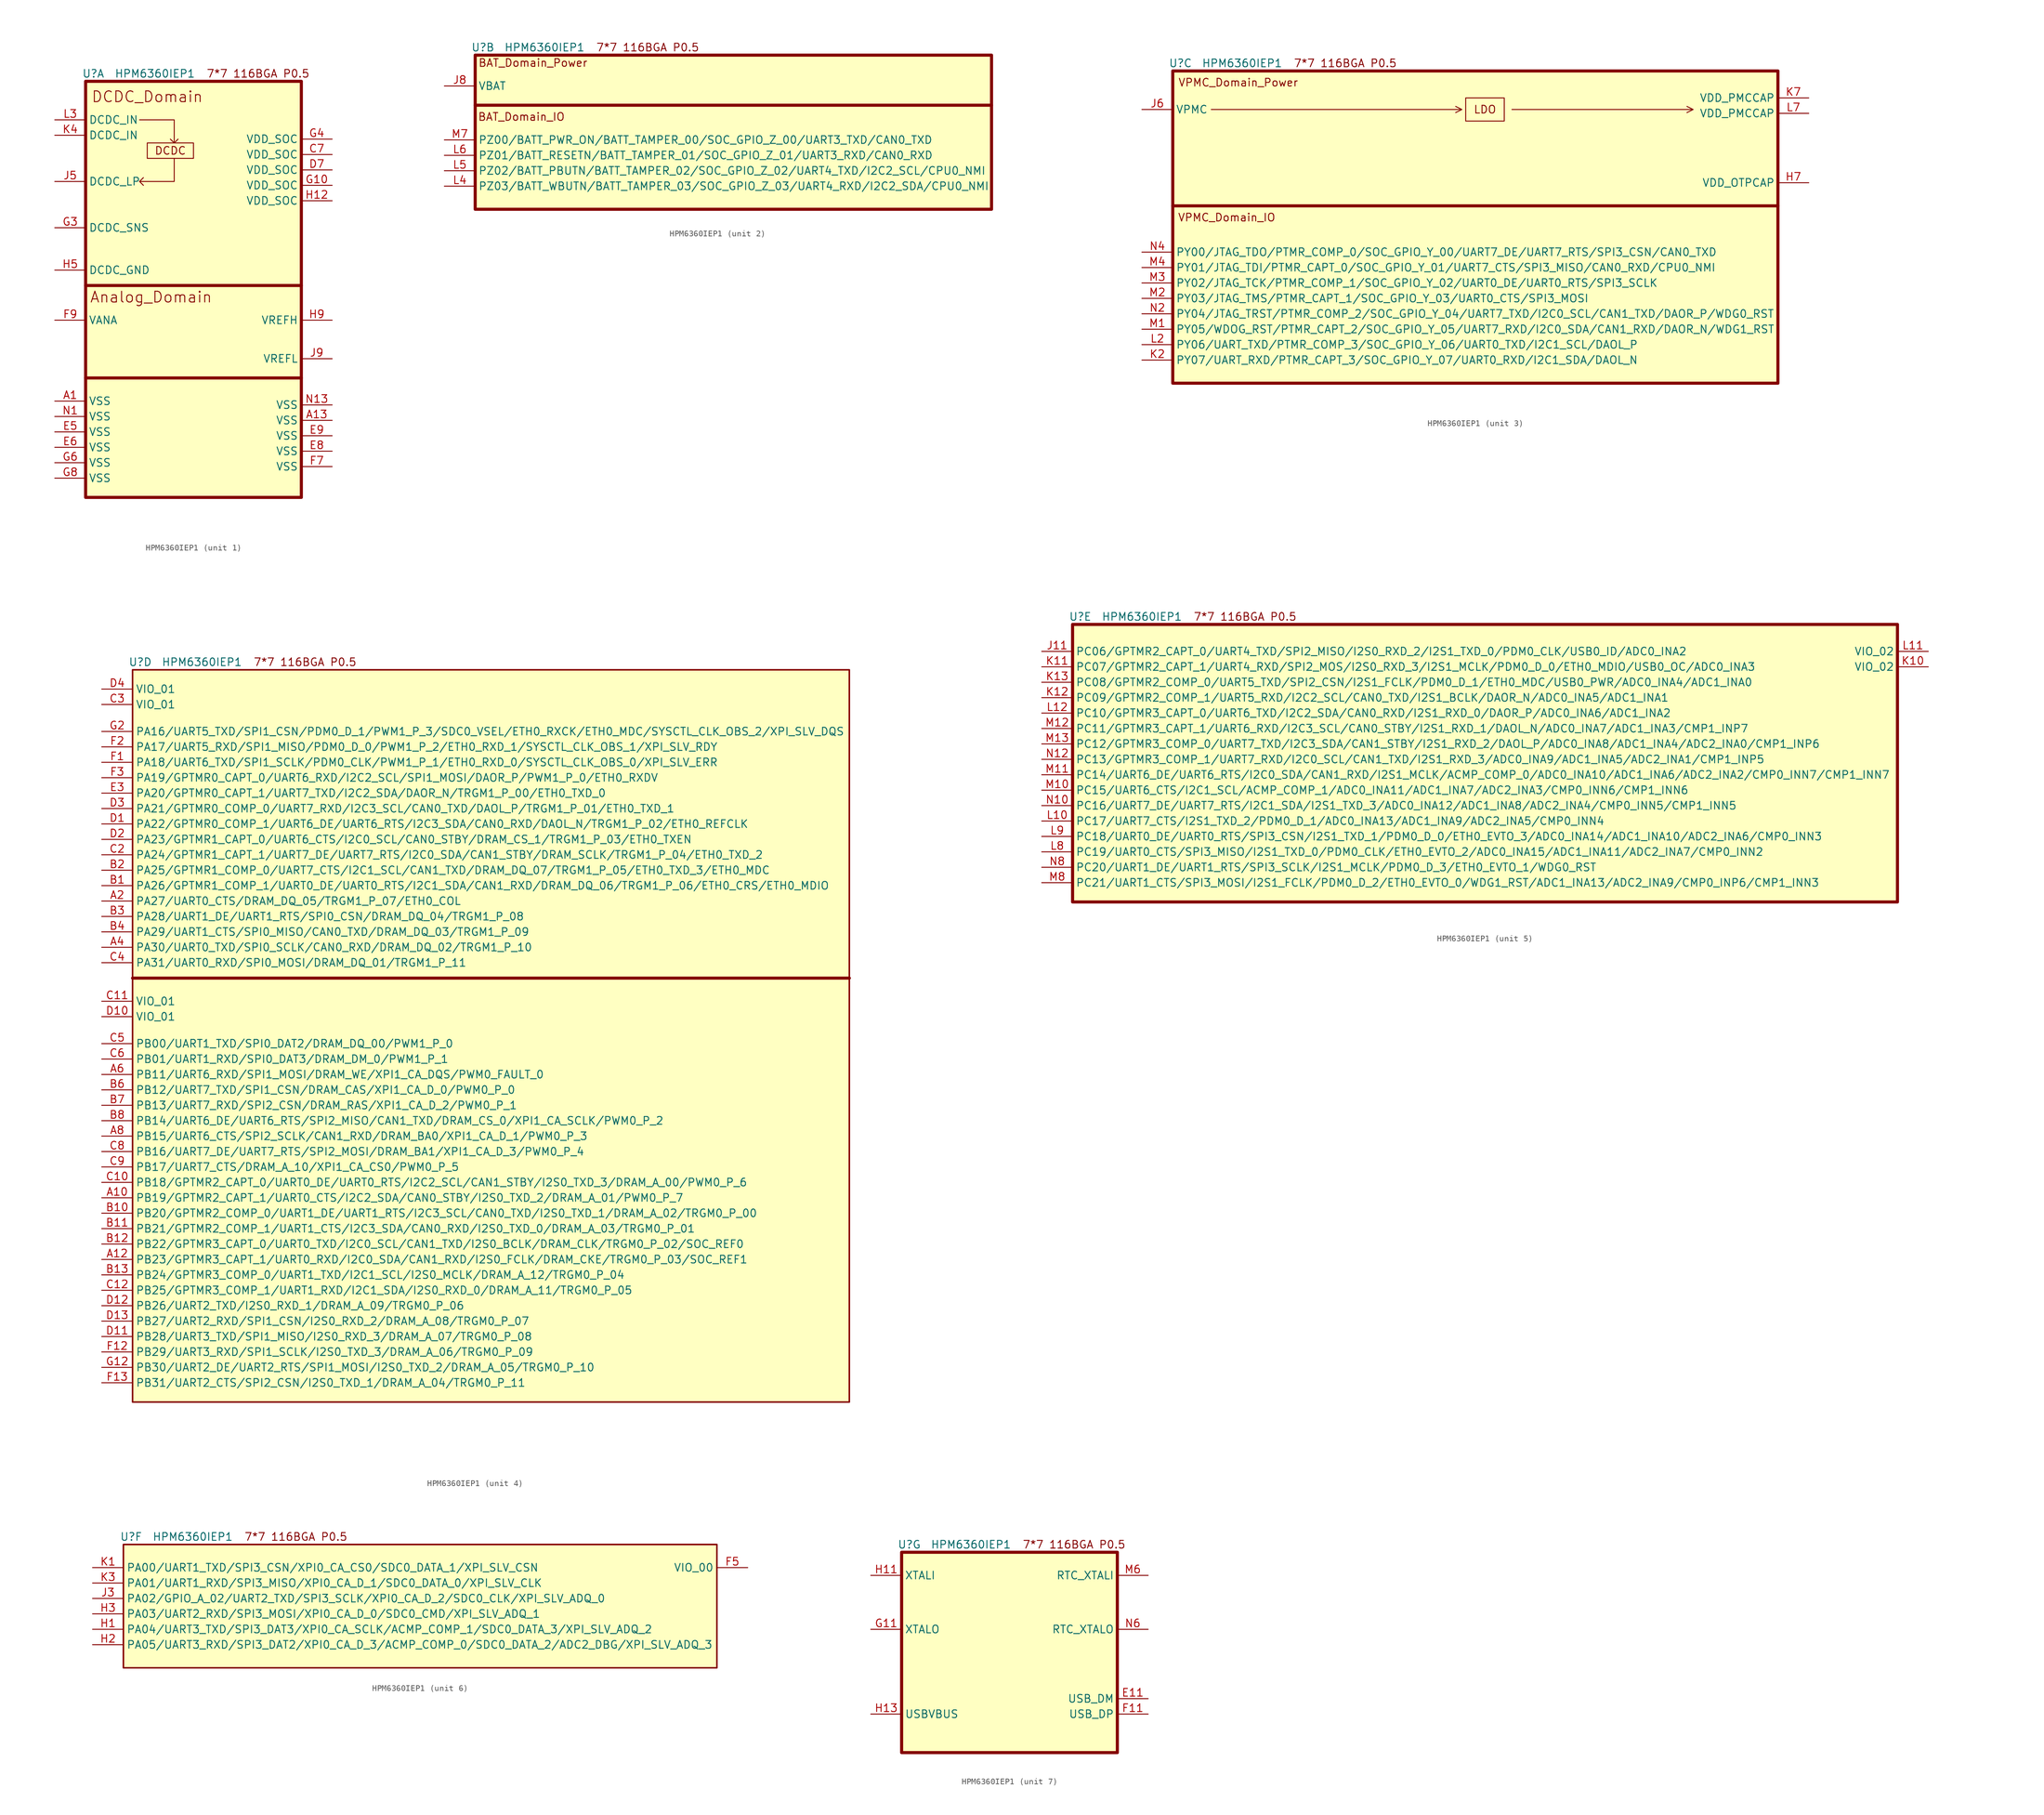
<source format=kicad_sym>
(kicad_symbol_lib
  (version 20220914)
  (generator kicad_symbol_editor)
  (symbol "HPM6360IEP1"
    (property "Reference" "U"
      (at 1.27 1.27 0)
      (effects (font (size 1.27 1.27))))
    (property "Value" "HPM6360IEP1"
      (at 11.43 1.27 0)
      (effects (font (size 1.27 1.27))))
    (property "ki_locked" ""
      (at 0 0 0)
      (effects (font (size 1.27 1.27))))
    (symbol "HPM6360IEP1_0_0"
      (text " 7*7 116BGA P0.5" (at 27.94 1.27 0) (effects (font (size 1.27 1.27)))))
    (symbol "HPM6360IEP1_1_1"
      (polyline (pts (xy 0 -48.895) (xy 35.56 -48.895)) (stroke (width 0.508) (type default)) (fill (type none)))
      (polyline (pts (xy 0 -33.655) (xy 35.56 -33.655) (xy 35.56 -33.655)) (stroke (width 0.508) (type default)) (fill (type none)))
      (polyline (pts (xy 8.89 -6.35) (xy 14.605 -6.35) (xy 14.605 -10.16) (xy 13.97 -9.525) (xy 14.605 -10.16) (xy 15.24 -9.525)) (stroke (width 0) (type default)) (fill (type none)))
      (polyline (pts (xy 14.605 -12.7) (xy 14.605 -16.51) (xy 8.89 -16.51) (xy 9.525 -15.875) (xy 8.89 -16.51) (xy 9.525 -17.145)) (stroke (width 0) (type default)) (fill (type none)))
      (rectangle (start 0 0) (end 35.56 -68.58) (stroke (width 0.508) (type default)) (fill (type background)))
      (rectangle (start 10.16 -10.16) (end 17.78 -12.7) (stroke (width 0) (type default)) (fill (type none)))
      (text "Analog_Domain" (at 10.795 -35.56 0) (effects (font (size 1.778 1.778))))
      (text "DCDC" (at 13.97 -11.43 0) (effects (font (size 1.27 1.27))))
      (text "DCDC_Domain" (at 10.16 -2.54 0) (effects (font (size 1.778 1.778))))
      (pin power_out line (at -5.08 -52.705 0) (length 5.08) (name "VSS" (effects (font (size 1.27 1.27)))) (number "A1" (effects (font (size 1.27 1.27)))))
      (pin power_out line (at 40.64 -55.88 180) (length 5.08) (name "VSS" (effects (font (size 1.27 1.27)))) (number "A13" (effects (font (size 1.27 1.27)))))
      (pin power_in line (at 40.64 -12.065 180) (length 5.08) (name "VDD_SOC" (effects (font (size 1.27 1.27)))) (number "C7" (effects (font (size 1.27 1.27)))))
      (pin power_in line (at 40.64 -14.605 180) (length 5.08) (name "VDD_SOC" (effects (font (size 1.27 1.27)))) (number "D7" (effects (font (size 1.27 1.27)))))
      (pin power_out line (at -5.08 -57.785 0) (length 5.08) (name "VSS" (effects (font (size 1.27 1.27)))) (number "E5" (effects (font (size 1.27 1.27)))))
      (pin power_out line (at -5.08 -60.325 0) (length 5.08) (name "VSS" (effects (font (size 1.27 1.27)))) (number "E6" (effects (font (size 1.27 1.27)))))
      (pin power_out line (at 40.64 -60.96 180) (length 5.08) (name "VSS" (effects (font (size 1.27 1.27)))) (number "E8" (effects (font (size 1.27 1.27)))))
      (pin power_out line (at 40.64 -58.42 180) (length 5.08) (name "VSS" (effects (font (size 1.27 1.27)))) (number "E9" (effects (font (size 1.27 1.27)))))
      (pin power_out line (at 40.64 -63.5 180) (length 5.08) (name "VSS" (effects (font (size 1.27 1.27)))) (number "F7" (effects (font (size 1.27 1.27)))))
      (pin power_in line (at -5.08 -39.37 0) (length 5.08) (name "VANA" (effects (font (size 1.27 1.27)))) (number "F9" (effects (font (size 1.27 1.27)))))
      (pin power_in line (at 40.64 -17.145 180) (length 5.08) (name "VDD_SOC" (effects (font (size 1.27 1.27)))) (number "G10" (effects (font (size 1.27 1.27)))))
      (pin input line (at -5.08 -24.13 0) (length 5.08) (name "DCDC_SNS" (effects (font (size 1.27 1.27)))) (number "G3" (effects (font (size 1.27 1.27)))))
      (pin power_in line (at 40.64 -9.525 180) (length 5.08) (name "VDD_SOC" (effects (font (size 1.27 1.27)))) (number "G4" (effects (font (size 1.27 1.27)))))
      (pin power_out line (at -5.08 -62.865 0) (length 5.08) (name "VSS" (effects (font (size 1.27 1.27)))) (number "G6" (effects (font (size 1.27 1.27)))))
      (pin power_out line (at -5.08 -65.405 0) (length 5.08) (name "VSS" (effects (font (size 1.27 1.27)))) (number "G8" (effects (font (size 1.27 1.27)))))
      (pin power_in line (at 40.64 -19.685 180) (length 5.08) (name "VDD_SOC" (effects (font (size 1.27 1.27)))) (number "H12" (effects (font (size 1.27 1.27)))))
      (pin power_out line (at -5.08 -31.115 0) (length 5.08) (name "DCDC_GND" (effects (font (size 1.27 1.27)))) (number "H5" (effects (font (size 1.27 1.27)))))
      (pin power_in line (at 40.64 -39.37 180) (length 5.08) (name "VREFH" (effects (font (size 1.27 1.27)))) (number "H9" (effects (font (size 1.27 1.27)))))
      (pin power_out line (at -5.08 -16.51 0) (length 5.08) (name "DCDC_LP" (effects (font (size 1.27 1.27)))) (number "J5" (effects (font (size 1.27 1.27)))))
      (pin power_out line (at 40.64 -45.72 180) (length 5.08) (name "VREFL" (effects (font (size 1.27 1.27)))) (number "J9" (effects (font (size 1.27 1.27)))))
      (pin power_in line (at -5.08 -8.89 0) (length 5.08) (name "DCDC_IN" (effects (font (size 1.27 1.27)))) (number "K4" (effects (font (size 1.27 1.27)))))
      (pin power_in line (at -5.08 -6.35 0) (length 5.08) (name "DCDC_IN" (effects (font (size 1.27 1.27)))) (number "L3" (effects (font (size 1.27 1.27)))))
      (pin power_out line (at -5.08 -55.245 0) (length 5.08) (name "VSS" (effects (font (size 1.27 1.27)))) (number "N1" (effects (font (size 1.27 1.27)))))
      (pin power_out line (at 40.64 -53.34 180) (length 5.08) (name "VSS" (effects (font (size 1.27 1.27)))) (number "N13" (effects (font (size 1.27 1.27))))))
    (symbol "HPM6360IEP1_2_0"
      (polyline (pts (xy 0 -8.255) (xy 85.09 -8.255) (xy 74.295 -8.255)) (stroke (width 0.508) (type default)) (fill (type none))))
    (symbol "HPM6360IEP1_2_1"
      (rectangle (start 0 0) (end 85.09 -25.4) (stroke (width 0.508) (type default)) (fill (type background)))
      (text "BAT_Domain_IO" (at 7.62 -10.16 0) (effects (font (size 1.27 1.27))))
      (text "BAT_Domain_Power" (at 9.525 -1.27 0) (effects (font (size 1.27 1.27))))
      (pin power_in line (at -5.08 -5.08 0) (length 5.08) (name "VBAT" (effects (font (size 1.27 1.27)))) (number "J8" (effects (font (size 1.27 1.27)))))
      (pin bidirectional line (at -5.08 -21.59 0) (length 5.08) (name "PZ03/BATT_WBUTN/BATT_TAMPER_03/SOC_GPIO_Z_03/UART4_RXD/I2C2_SDA/CPU0_NMI" (effects (font (size 1.27 1.27)))) (number "L4" (effects (font (size 1.27 1.27)))))
      (pin bidirectional line (at -5.08 -19.05 0) (length 5.08) (name "PZ02/BATT_PBUTN/BATT_TAMPER_02/SOC_GPIO_Z_02/UART4_TXD/I2C2_SCL/CPU0_NMI" (effects (font (size 1.27 1.27)))) (number "L5" (effects (font (size 1.27 1.27)))))
      (pin bidirectional line (at -5.08 -16.51 0) (length 5.08) (name "PZ01/BATT_RESETN/BATT_TAMPER_01/SOC_GPIO_Z_01/UART3_RXD/CAN0_RXD" (effects (font (size 1.27 1.27)))) (number "L6" (effects (font (size 1.27 1.27)))))
      (pin bidirectional line (at -5.08 -13.97 0) (length 5.08) (name "PZ00/BATT_PWR_ON/BATT_TAMPER_00/SOC_GPIO_Z_00/UART3_TXD/CAN0_TXD" (effects (font (size 1.27 1.27)))) (number "M7" (effects (font (size 1.27 1.27))))))
    (symbol "HPM6360IEP1_3_0"
      (polyline (pts (xy 0 -22.225) (xy 99.695 -22.225) (xy 57.785 -22.225)) (stroke (width 0.508) (type default)) (fill (type none)))
      (polyline (pts (xy 6.35 -6.35) (xy 47.625 -6.35) (xy 46.609 -5.842) (xy 47.625 -6.35) (xy 46.609 -6.858)) (stroke (width 0) (type default)) (fill (type none)))
      (polyline (pts (xy 55.88 -6.35) (xy 85.725 -6.35) (xy 84.709 -5.842) (xy 85.725 -6.35) (xy 84.709 -6.858)) (stroke (width 0) (type default)) (fill (type none))))
    (symbol "HPM6360IEP1_3_1"
      (rectangle (start 0 0) (end 99.695 -51.435) (stroke (width 0.508) (type default)) (fill (type background)))
      (rectangle (start 48.26 -4.445) (end 54.61 -8.255) (stroke (width 0) (type default)) (fill (type none)))
      (text "LDO" (at 51.435 -6.35 0) (effects (font (size 1.27 1.27))))
      (text "VPMC_Domain_IO" (at 8.89 -24.13 0) (effects (font (size 1.27 1.27))))
      (text "VPMC_Domain_Power" (at 10.795 -1.905 0) (effects (font (size 1.27 1.27))))
      (pin power_out line (at 104.775 -18.415 180) (length 5.08) (name "VDD_OTPCAP" (effects (font (size 1.27 1.27)))) (number "H7" (effects (font (size 1.27 1.27)))))
      (pin power_in line (at -5.08 -6.35 0) (length 5.08) (name "VPMC" (effects (font (size 1.27 1.27)))) (number "J6" (effects (font (size 1.27 1.27)))))
      (pin bidirectional line (at -5.08 -47.625 0) (length 5.08) (name "PY07/UART_RXD/PTMR_CAPT_3/SOC_GPIO_Y_07/UART0_RXD/I2C1_SDA/DAOL_N" (effects (font (size 1.27 1.27)))) (number "K2" (effects (font (size 1.27 1.27)))))
      (pin power_out line (at 104.775 -4.445 180) (length 5.08) (name "VDD_PMCCAP" (effects (font (size 1.27 1.27)))) (number "K7" (effects (font (size 1.27 1.27)))))
      (pin bidirectional line (at -5.08 -45.085 0) (length 5.08) (name "PY06/UART_TXD/PTMR_COMP_3/SOC_GPIO_Y_06/UART0_TXD/I2C1_SCL/DAOL_P" (effects (font (size 1.27 1.27)))) (number "L2" (effects (font (size 1.27 1.27)))))
      (pin power_out line (at 104.775 -6.985 180) (length 5.08) (name "VDD_PMCCAP" (effects (font (size 1.27 1.27)))) (number "L7" (effects (font (size 1.27 1.27)))))
      (pin bidirectional line (at -5.08 -42.545 0) (length 5.08) (name "PY05/WDOG_RST/PTMR_CAPT_2/SOC_GPIO_Y_05/UART7_RXD/I2C0_SDA/CAN1_RXD/DAOR_N/WDG1_RST" (effects (font (size 1.27 1.27)))) (number "M1" (effects (font (size 1.27 1.27)))))
      (pin bidirectional line (at -5.08 -37.465 0) (length 5.08) (name "PY03/JTAG_TMS/PTMR_CAPT_1/SOC_GPIO_Y_03/UART0_CTS/SPI3_MOSI" (effects (font (size 1.27 1.27)))) (number "M2" (effects (font (size 1.27 1.27)))))
      (pin bidirectional line (at -5.08 -34.925 0) (length 5.08) (name "PY02/JTAG_TCK/PTMR_COMP_1/SOC_GPIO_Y_02/UART0_DE/UART0_RTS/SPI3_SCLK" (effects (font (size 1.27 1.27)))) (number "M3" (effects (font (size 1.27 1.27)))))
      (pin bidirectional line (at -5.08 -32.385 0) (length 5.08) (name "PY01/JTAG_TDI/PTMR_CAPT_0/SOC_GPIO_Y_01/UART7_CTS/SPI3_MISO/CAN0_RXD/CPU0_NMI" (effects (font (size 1.27 1.27)))) (number "M4" (effects (font (size 1.27 1.27)))))
      (pin bidirectional line (at -5.08 -40.005 0) (length 5.08) (name "PY04/JTAG_TRST/PTMR_COMP_2/SOC_GPIO_Y_04/UART7_TXD/I2C0_SCL/CAN1_TXD/DAOR_P/WDG0_RST" (effects (font (size 1.27 1.27)))) (number "N2" (effects (font (size 1.27 1.27)))))
      (pin bidirectional line (at -5.08 -29.845 0) (length 5.08) (name "PY00/JTAG_TDO/PTMR_COMP_0/SOC_GPIO_Y_00/UART7_DE/UART7_RTS/SPI3_CSN/CAN0_TXD" (effects (font (size 1.27 1.27)))) (number "N4" (effects (font (size 1.27 1.27))))))
    (symbol "HPM6360IEP1_4_1"
      (polyline (pts (xy 0 -50.8) (xy 118.11 -50.8) (xy 118.11 -50.8)) (stroke (width 0.508) (type default)) (fill (type none)))
      (rectangle (start 0 0) (end 118.11 -120.65) (stroke (width 0.254) (type default)) (fill (type background)))
      (pin bidirectional line (at -5.08 -86.995 0) (length 5.08) (name "PB19/GPTMR2_CAPT_1/UART0_CTS/I2C2_SDA/CAN0_STBY/I2S0_TXD_2/DRAM_A_01/PWM0_P_7" (effects (font (size 1.27 1.27)))) (number "A10" (effects (font (size 1.27 1.27)))))
      (pin bidirectional line (at -5.08 -97.155 0) (length 5.08) (name "PB23/GPTMR3_CAPT_1/UART0_RXD/I2C0_SDA/CAN1_RXD/I2S0_FCLK/DRAM_CKE/TRGM0_P_03/SOC_REF1" (effects (font (size 1.27 1.27)))) (number "A12" (effects (font (size 1.27 1.27)))))
      (pin bidirectional line (at -5.08 -38.1 0) (length 5.08) (name "PA27/UART0_CTS/DRAM_DQ_05/TRGM1_P_07/ETH0_COL" (effects (font (size 1.27 1.27)))) (number "A2" (effects (font (size 1.27 1.27)))))
      (pin bidirectional line (at -5.08 -45.72 0) (length 5.08) (name "PA30/UART0_TXD/SPI0_SCLK/CAN0_RXD/DRAM_DQ_02/TRGM1_P_10" (effects (font (size 1.27 1.27)))) (number "A4" (effects (font (size 1.27 1.27)))))
      (pin bidirectional line (at -5.08 -66.675 0) (length 5.08) (name "PB11/UART6_RXD/SPI1_MOSI/DRAM_WE/XPI1_CA_DQS/PWM0_FAULT_0" (effects (font (size 1.27 1.27)))) (number "A6" (effects (font (size 1.27 1.27)))))
      (pin bidirectional line (at -5.08 -76.835 0) (length 5.08) (name "PB15/UART6_CTS/SPI2_SCLK/CAN1_RXD/DRAM_BA0/XPI1_CA_D_1/PWM0_P_3" (effects (font (size 1.27 1.27)))) (number "A8" (effects (font (size 1.27 1.27)))))
      (pin bidirectional line (at -5.08 -35.56 0) (length 5.08) (name "PA26/GPTMR1_COMP_1/UART0_DE/UART0_RTS/I2C1_SDA/CAN1_RXD/DRAM_DQ_06/TRGM1_P_06/ETH0_CRS/ETH0_MDIO" (effects (font (size 1.27 1.27)))) (number "B1" (effects (font (size 1.27 1.27)))))
      (pin bidirectional line (at -5.08 -89.535 0) (length 5.08) (name "PB20/GPTMR2_COMP_0/UART1_DE/UART1_RTS/I2C3_SCL/CAN0_TXD/I2S0_TXD_1/DRAM_A_02/TRGM0_P_00" (effects (font (size 1.27 1.27)))) (number "B10" (effects (font (size 1.27 1.27)))))
      (pin bidirectional line (at -5.08 -92.075 0) (length 5.08) (name "PB21/GPTMR2_COMP_1/UART1_CTS/I2C3_SDA/CAN0_RXD/I2S0_TXD_0/DRAM_A_03/TRGM0_P_01" (effects (font (size 1.27 1.27)))) (number "B11" (effects (font (size 1.27 1.27)))))
      (pin bidirectional line (at -5.08 -94.615 0) (length 5.08) (name "PB22/GPTMR3_CAPT_0/UART0_TXD/I2C0_SCL/CAN1_TXD/I2S0_BCLK/DRAM_CLK/TRGM0_P_02/SOC_REF0" (effects (font (size 1.27 1.27)))) (number "B12" (effects (font (size 1.27 1.27)))))
      (pin bidirectional line (at -5.08 -99.695 0) (length 5.08) (name "PB24/GPTMR3_COMP_0/UART1_TXD/I2C1_SCL/I2S0_MCLK/DRAM_A_12/TRGM0_P_04" (effects (font (size 1.27 1.27)))) (number "B13" (effects (font (size 1.27 1.27)))))
      (pin bidirectional line (at -5.08 -33.02 0) (length 5.08) (name "PA25/GPTMR1_COMP_0/UART7_CTS/I2C1_SCL/CAN1_TXD/DRAM_DQ_07/TRGM1_P_05/ETH0_TXD_3/ETH0_MDC" (effects (font (size 1.27 1.27)))) (number "B2" (effects (font (size 1.27 1.27)))))
      (pin bidirectional line (at -5.08 -40.64 0) (length 5.08) (name "PA28/UART1_DE/UART1_RTS/SPI0_CSN/DRAM_DQ_04/TRGM1_P_08" (effects (font (size 1.27 1.27)))) (number "B3" (effects (font (size 1.27 1.27)))))
      (pin bidirectional line (at -5.08 -43.18 0) (length 5.08) (name "PA29/UART1_CTS/SPI0_MISO/CAN0_TXD/DRAM_DQ_03/TRGM1_P_09" (effects (font (size 1.27 1.27)))) (number "B4" (effects (font (size 1.27 1.27)))))
      (pin bidirectional line (at -5.08 -69.215 0) (length 5.08) (name "PB12/UART7_TXD/SPI1_CSN/DRAM_CAS/XPI1_CA_D_0/PWM0_P_0" (effects (font (size 1.27 1.27)))) (number "B6" (effects (font (size 1.27 1.27)))))
      (pin bidirectional line (at -5.08 -71.755 0) (length 5.08) (name "PB13/UART7_RXD/SPI2_CSN/DRAM_RAS/XPI1_CA_D_2/PWM0_P_1" (effects (font (size 1.27 1.27)))) (number "B7" (effects (font (size 1.27 1.27)))))
      (pin bidirectional line (at -5.08 -74.295 0) (length 5.08) (name "PB14/UART6_DE/UART6_RTS/SPI2_MISO/CAN1_TXD/DRAM_CS_0/XPI1_CA_SCLK/PWM0_P_2" (effects (font (size 1.27 1.27)))) (number "B8" (effects (font (size 1.27 1.27)))))
      (pin bidirectional line (at -5.08 -84.455 0) (length 5.08) (name "PB18/GPTMR2_CAPT_0/UART0_DE/UART0_RTS/I2C2_SCL/CAN1_STBY/I2S0_TXD_3/DRAM_A_00/PWM0_P_6" (effects (font (size 1.27 1.27)))) (number "C10" (effects (font (size 1.27 1.27)))))
      (pin power_in line (at -5.08 -54.61 0) (length 5.08) (name "VIO_01" (effects (font (size 1.27 1.27)))) (number "C11" (effects (font (size 1.27 1.27)))))
      (pin bidirectional line (at -5.08 -102.235 0) (length 5.08) (name "PB25/GPTMR3_COMP_1/UART1_RXD/I2C1_SDA/I2S0_RXD_0/DRAM_A_11/TRGM0_P_05" (effects (font (size 1.27 1.27)))) (number "C12" (effects (font (size 1.27 1.27)))))
      (pin bidirectional line (at -5.08 -30.48 0) (length 5.08) (name "PA24/GPTMR1_CAPT_1/UART7_DE/UART7_RTS/I2C0_SDA/CAN1_STBY/DRAM_SCLK/TRGM1_P_04/ETH0_TXD_2" (effects (font (size 1.27 1.27)))) (number "C2" (effects (font (size 1.27 1.27)))))
      (pin power_in line (at -5.08 -5.715 0) (length 5.08) (name "VIO_01" (effects (font (size 1.27 1.27)))) (number "C3" (effects (font (size 1.27 1.27)))))
      (pin bidirectional line (at -5.08 -48.26 0) (length 5.08) (name "PA31/UART0_RXD/SPI0_MOSI/DRAM_DQ_01/TRGM1_P_11" (effects (font (size 1.27 1.27)))) (number "C4" (effects (font (size 1.27 1.27)))))
      (pin bidirectional line (at -5.08 -61.595 0) (length 5.08) (name "PB00/UART1_TXD/SPI0_DAT2/DRAM_DQ_00/PWM1_P_0" (effects (font (size 1.27 1.27)))) (number "C5" (effects (font (size 1.27 1.27)))))
      (pin bidirectional line (at -5.08 -64.135 0) (length 5.08) (name "PB01/UART1_RXD/SPI0_DAT3/DRAM_DM_0/PWM1_P_1" (effects (font (size 1.27 1.27)))) (number "C6" (effects (font (size 1.27 1.27)))))
      (pin bidirectional line (at -5.08 -79.375 0) (length 5.08) (name "PB16/UART7_DE/UART7_RTS/SPI2_MOSI/DRAM_BA1/XPI1_CA_D_3/PWM0_P_4" (effects (font (size 1.27 1.27)))) (number "C8" (effects (font (size 1.27 1.27)))))
      (pin bidirectional line (at -5.08 -81.915 0) (length 5.08) (name "PB17/UART7_CTS/DRAM_A_10/XPI1_CA_CS0/PWM0_P_5" (effects (font (size 1.27 1.27)))) (number "C9" (effects (font (size 1.27 1.27)))))
      (pin bidirectional line (at -5.08 -25.4 0) (length 5.08) (name "PA22/GPTMR0_COMP_1/UART6_DE/UART6_RTS/I2C3_SDA/CAN0_RXD/DAOL_N/TRGM1_P_02/ETH0_REFCLK" (effects (font (size 1.27 1.27)))) (number "D1" (effects (font (size 1.27 1.27)))))
      (pin power_in line (at -5.08 -57.15 0) (length 5.08) (name "VIO_01" (effects (font (size 1.27 1.27)))) (number "D10" (effects (font (size 1.27 1.27)))))
      (pin bidirectional line (at -5.08 -109.855 0) (length 5.08) (name "PB28/UART3_TXD/SPI1_MISO/I2S0_RXD_3/DRAM_A_07/TRGM0_P_08" (effects (font (size 1.27 1.27)))) (number "D11" (effects (font (size 1.27 1.27)))))
      (pin bidirectional line (at -5.08 -104.775 0) (length 5.08) (name "PB26/UART2_TXD/I2S0_RXD_1/DRAM_A_09/TRGM0_P_06" (effects (font (size 1.27 1.27)))) (number "D12" (effects (font (size 1.27 1.27)))))
      (pin bidirectional line (at -5.08 -107.315 0) (length 5.08) (name "PB27/UART2_RXD/SPI1_CSN/I2S0_RXD_2/DRAM_A_08/TRGM0_P_07" (effects (font (size 1.27 1.27)))) (number "D13" (effects (font (size 1.27 1.27)))))
      (pin bidirectional line (at -5.08 -27.94 0) (length 5.08) (name "PA23/GPTMR1_CAPT_0/UART6_CTS/I2C0_SCL/CAN0_STBY/DRAM_CS_1/TRGM1_P_03/ETH0_TXEN" (effects (font (size 1.27 1.27)))) (number "D2" (effects (font (size 1.27 1.27)))))
      (pin bidirectional line (at -5.08 -22.86 0) (length 5.08) (name "PA21/GPTMR0_COMP_0/UART7_RXD/I2C3_SCL/CAN0_TXD/DAOL_P/TRGM1_P_01/ETH0_TXD_1" (effects (font (size 1.27 1.27)))) (number "D3" (effects (font (size 1.27 1.27)))))
      (pin power_in line (at -5.08 -3.175 0) (length 5.08) (name "VIO_01" (effects (font (size 1.27 1.27)))) (number "D4" (effects (font (size 1.27 1.27)))))
      (pin bidirectional line (at -5.08 -20.32 0) (length 5.08) (name "PA20/GPTMR0_CAPT_1/UART7_TXD/I2C2_SDA/DAOR_N/TRGM1_P_00/ETH0_TXD_0" (effects (font (size 1.27 1.27)))) (number "E3" (effects (font (size 1.27 1.27)))))
      (pin bidirectional line (at -5.08 -15.24 0) (length 5.08) (name "PA18/UART6_TXD/SPI1_SCLK/PDM0_CLK/PWM1_P_1/ETH0_RXD_0/SYSCTL_CLK_OBS_0/XPI_SLV_ERR" (effects (font (size 1.27 1.27)))) (number "F1" (effects (font (size 1.27 1.27)))))
      (pin bidirectional line (at -5.08 -112.395 0) (length 5.08) (name "PB29/UART3_RXD/SPI1_SCLK/I2S0_TXD_3/DRAM_A_06/TRGM0_P_09" (effects (font (size 1.27 1.27)))) (number "F12" (effects (font (size 1.27 1.27)))))
      (pin bidirectional line (at -5.08 -117.475 0) (length 5.08) (name "PB31/UART2_CTS/SPI2_CSN/I2S0_TXD_1/DRAM_A_04/TRGM0_P_11" (effects (font (size 1.27 1.27)))) (number "F13" (effects (font (size 1.27 1.27)))))
      (pin bidirectional line (at -5.08 -12.7 0) (length 5.08) (name "PA17/UART5_RXD/SPI1_MISO/PDM0_D_0/PWM1_P_2/ETH0_RXD_1/SYSCTL_CLK_OBS_1/XPI_SLV_RDY" (effects (font (size 1.27 1.27)))) (number "F2" (effects (font (size 1.27 1.27)))))
      (pin bidirectional line (at -5.08 -17.78 0) (length 5.08) (name "PA19/GPTMR0_CAPT_0/UART6_RXD/I2C2_SCL/SPI1_MOSI/DAOR_P/PWM1_P_0/ETH0_RXDV" (effects (font (size 1.27 1.27)))) (number "F3" (effects (font (size 1.27 1.27)))))
      (pin bidirectional line (at -5.08 -114.935 0) (length 5.08) (name "PB30/UART2_DE/UART2_RTS/SPI1_MOSI/I2S0_TXD_2/DRAM_A_05/TRGM0_P_10" (effects (font (size 1.27 1.27)))) (number "G12" (effects (font (size 1.27 1.27)))))
      (pin bidirectional line (at -5.08 -10.16 0) (length 5.08) (name "PA16/UART5_TXD/SPI1_CSN/PDM0_D_1/PWM1_P_3/SDC0_VSEL/ETH0_RXCK/ETH0_MDC/SYSCTL_CLK_OBS_2/XPI_SLV_DQS" (effects (font (size 1.27 1.27)))) (number "G2" (effects (font (size 1.27 1.27))))))
    (symbol "HPM6360IEP1_5_1"
      (rectangle (start 0 0) (end 135.89 -45.72) (stroke (width 0.508) (type default)) (fill (type background)))
      (pin bidirectional line (at -5.08 -4.445 0) (length 5.08) (name "PC06/GPTMR2_CAPT_0/UART4_TXD/SPI2_MISO/I2S0_RXD_2/I2S1_TXD_0/PDM0_CLK/USB0_ID/ADC0_INA2" (effects (font (size 1.27 1.27)))) (number "J11" (effects (font (size 1.27 1.27)))))
      (pin power_in line (at 140.97 -6.985 180) (length 5.08) (name "VIO_02" (effects (font (size 1.27 1.27)))) (number "K10" (effects (font (size 1.27 1.27)))))
      (pin bidirectional line (at -5.08 -6.985 0) (length 5.08) (name "PC07/GPTMR2_CAPT_1/UART4_RXD/SPI2_MOS/I2S0_RXD_3/I2S1_MCLK/PDM0_D_0/ETH0_MDIO/USB0_OC/ADC0_INA3" (effects (font (size 1.27 1.27)))) (number "K11" (effects (font (size 1.27 1.27)))))
      (pin bidirectional line (at -5.08 -12.065 0) (length 5.08) (name "PC09/GPTMR2_COMP_1/UART5_RXD/I2C2_SCL/CAN0_TXD/I2S1_BCLK/DAOR_N/ADC0_INA5/ADC1_INA1" (effects (font (size 1.27 1.27)))) (number "K12" (effects (font (size 1.27 1.27)))))
      (pin bidirectional line (at -5.08 -9.525 0) (length 5.08) (name "PC08/GPTMR2_COMP_0/UART5_TXD/SPI2_CSN/I2S1_FCLK/PDM0_D_1/ETH0_MDC/USB0_PWR/ADC0_INA4/ADC1_INA0" (effects (font (size 1.27 1.27)))) (number "K13" (effects (font (size 1.27 1.27)))))
      (pin bidirectional line (at -5.08 -32.385 0) (length 5.08) (name "PC17/UART7_CTS/I2S1_TXD_2/PDM0_D_1/ADC0_INA13/ADC1_INA9/ADC2_INA5/CMP0_INN4" (effects (font (size 1.27 1.27)))) (number "L10" (effects (font (size 1.27 1.27)))))
      (pin power_in line (at 140.97 -4.445 180) (length 5.08) (name "VIO_02" (effects (font (size 1.27 1.27)))) (number "L11" (effects (font (size 1.27 1.27)))))
      (pin bidirectional line (at -5.08 -14.605 0) (length 5.08) (name "PC10/GPTMR3_CAPT_0/UART6_TXD/I2C2_SDA/CAN0_RXD/I2S1_RXD_0/DAOR_P/ADC0_INA6/ADC1_INA2" (effects (font (size 1.27 1.27)))) (number "L12" (effects (font (size 1.27 1.27)))))
      (pin bidirectional line (at -5.08 -37.465 0) (length 5.08) (name "PC19/UART0_CTS/SPI3_MISO/I2S1_TXD_0/PDM0_CLK/ETH0_EVTO_2/ADC0_INA15/ADC1_INA11/ADC2_INA7/CMP0_INN2" (effects (font (size 1.27 1.27)))) (number "L8" (effects (font (size 1.27 1.27)))))
      (pin bidirectional line (at -5.08 -34.925 0) (length 5.08) (name "PC18/UART0_DE/UART0_RTS/SPI3_CSN/I2S1_TXD_1/PDM0_D_0/ETH0_EVTO_3/ADC0_INA14/ADC1_INA10/ADC2_INA6/CMP0_INN3" (effects (font (size 1.27 1.27)))) (number "L9" (effects (font (size 1.27 1.27)))))
      (pin bidirectional line (at -5.08 -27.305 0) (length 5.08) (name "PC15/UART6_CTS/I2C1_SCL/ACMP_COMP_1/ADC0_INA11/ADC1_INA7/ADC2_INA3/CMP0_INN6/CMP1_INN6" (effects (font (size 1.27 1.27)))) (number "M10" (effects (font (size 1.27 1.27)))))
      (pin bidirectional line (at -5.08 -24.765 0) (length 5.08) (name "PC14/UART6_DE/UART6_RTS/I2C0_SDA/CAN1_RXD/I2S1_MCLK/ACMP_COMP_0/ADC0_INA10/ADC1_INA6/ADC2_INA2/CMP0_INN7/CMP1_INN7" (effects (font (size 1.27 1.27)))) (number "M11" (effects (font (size 1.27 1.27)))))
      (pin bidirectional line (at -5.08 -17.145 0) (length 5.08) (name "PC11/GPTMR3_CAPT_1/UART6_RXD/I2C3_SCL/CAN0_STBY/I2S1_RXD_1/DAOL_N/ADC0_INA7/ADC1_INA3/CMP1_INP7" (effects (font (size 1.27 1.27)))) (number "M12" (effects (font (size 1.27 1.27)))))
      (pin bidirectional line (at -5.08 -19.685 0) (length 5.08) (name "PC12/GPTMR3_COMP_0/UART7_TXD/I2C3_SDA/CAN1_STBY/I2S1_RXD_2/DAOL_P/ADC0_INA8/ADC1_INA4/ADC2_INA0/CMP1_INP6" (effects (font (size 1.27 1.27)))) (number "M13" (effects (font (size 1.27 1.27)))))
      (pin bidirectional line (at -5.08 -42.545 0) (length 5.08) (name "PC21/UART1_CTS/SPI3_MOSI/I2S1_FCLK/PDM0_D_2/ETH0_EVTO_0/WDG1_RST/ADC1_INA13/ADC2_INA9/CMP0_INP6/CMP1_INN3" (effects (font (size 1.27 1.27)))) (number "M8" (effects (font (size 1.27 1.27)))))
      (pin bidirectional line (at -5.08 -29.845 0) (length 5.08) (name "PC16/UART7_DE/UART7_RTS/I2C1_SDA/I2S1_TXD_3/ADC0_INA12/ADC1_INA8/ADC2_INA4/CMP0_INN5/CMP1_INN5" (effects (font (size 1.27 1.27)))) (number "N10" (effects (font (size 1.27 1.27)))))
      (pin bidirectional line (at -5.08 -22.225 0) (length 5.08) (name "PC13/GPTMR3_COMP_1/UART7_RXD/I2C0_SCL/CAN1_TXD/I2S1_RXD_3/ADC0_INA9/ADC1_INA5/ADC2_INA1/CMP1_INP5" (effects (font (size 1.27 1.27)))) (number "N12" (effects (font (size 1.27 1.27)))))
      (pin bidirectional line (at -5.08 -40.005 0) (length 5.08) (name "PC20/UART1_DE/UART1_RTS/SPI3_SCLK/I2S1_MCLK/PDM0_D_3/ETH0_EVTO_1/WDG0_RST" (effects (font (size 1.27 1.27)))) (number "N8" (effects (font (size 1.27 1.27))))))
    (symbol "HPM6360IEP1_6_1"
      (rectangle (start 0 0) (end 97.79 -20.32) (stroke (width 0.254) (type default)) (fill (type background)))
      (pin power_in line (at 102.87 -3.81 180) (length 5.08) (name "VIO_00" (effects (font (size 1.27 1.27)))) (number "F5" (effects (font (size 1.27 1.27)))))
      (pin bidirectional line (at -5.08 -13.97 0) (length 5.08) (name "PA04/UART3_TXD/SPI3_DAT3/XPI0_CA_SCLK/ACMP_COMP_1/SDC0_DATA_3/XPI_SLV_ADQ_2" (effects (font (size 1.27 1.27)))) (number "H1" (effects (font (size 1.27 1.27)))))
      (pin bidirectional line (at -5.08 -16.51 0) (length 5.08) (name "PA05/UART3_RXD/SPI3_DAT2/XPI0_CA_D_3/ACMP_COMP_0/SDC0_DATA_2/ADC2_DBG/XPI_SLV_ADQ_3" (effects (font (size 1.27 1.27)))) (number "H2" (effects (font (size 1.27 1.27)))))
      (pin bidirectional line (at -5.08 -11.43 0) (length 5.08) (name "PA03/UART2_RXD/SPI3_MOSI/XPI0_CA_D_0/SDC0_CMD/XPI_SLV_ADQ_1" (effects (font (size 1.27 1.27)))) (number "H3" (effects (font (size 1.27 1.27)))))
      (pin bidirectional line (at -5.08 -8.89 0) (length 5.08) (name "PA02/GPIO_A_02/UART2_TXD/SPI3_SCLK/XPI0_CA_D_2/SDC0_CLK/XPI_SLV_ADQ_0" (effects (font (size 1.27 1.27)))) (number "J3" (effects (font (size 1.27 1.27)))))
      (pin bidirectional line (at -5.08 -3.81 0) (length 5.08) (name "PA00/UART1_TXD/SPI3_CSN/XPI0_CA_CS0/SDC0_DATA_1/XPI_SLV_CSN" (effects (font (size 1.27 1.27)))) (number "K1" (effects (font (size 1.27 1.27)))))
      (pin bidirectional line (at -5.08 -6.35 0) (length 5.08) (name "PA01/UART1_RXD/SPI3_MISO/XPI0_CA_D_1/SDC0_DATA_0/XPI_SLV_CLK" (effects (font (size 1.27 1.27)))) (number "K3" (effects (font (size 1.27 1.27))))))
    (symbol "HPM6360IEP1_7_1"
      (rectangle (start 0 0) (end 35.56 -33.02) (stroke (width 0.508) (type default)) (fill (type background)))
      (pin bidirectional line (at 40.64 -24.13 180) (length 5.08) (name "USB_DM" (effects (font (size 1.27 1.27)))) (number "E11" (effects (font (size 1.27 1.27)))))
      (pin bidirectional line (at 40.64 -26.67 180) (length 5.08) (name "USB_DP" (effects (font (size 1.27 1.27)))) (number "F11" (effects (font (size 1.27 1.27)))))
      (pin output line (at -5.08 -12.7 0) (length 5.08) (name "XTALO" (effects (font (size 1.27 1.27)))) (number "G11" (effects (font (size 1.27 1.27)))))
      (pin input line (at -5.08 -3.81 0) (length 5.08) (name "XTALI" (effects (font (size 1.27 1.27)))) (number "H11" (effects (font (size 1.27 1.27)))))
      (pin power_in line (at -5.08 -26.67 0) (length 5.08) (name "USBVBUS" (effects (font (size 1.27 1.27)))) (number "H13" (effects (font (size 1.27 1.27)))))
      (pin input line (at 40.64 -3.81 180) (length 5.08) (name "RTC_XTALI" (effects (font (size 1.27 1.27)))) (number "M6" (effects (font (size 1.27 1.27)))))
      (pin output line (at 40.64 -12.7 180) (length 5.08) (name "RTC_XTALO" (effects (font (size 1.27 1.27)))) (number "N6" (effects (font (size 1.27 1.27))))))))
</source>
